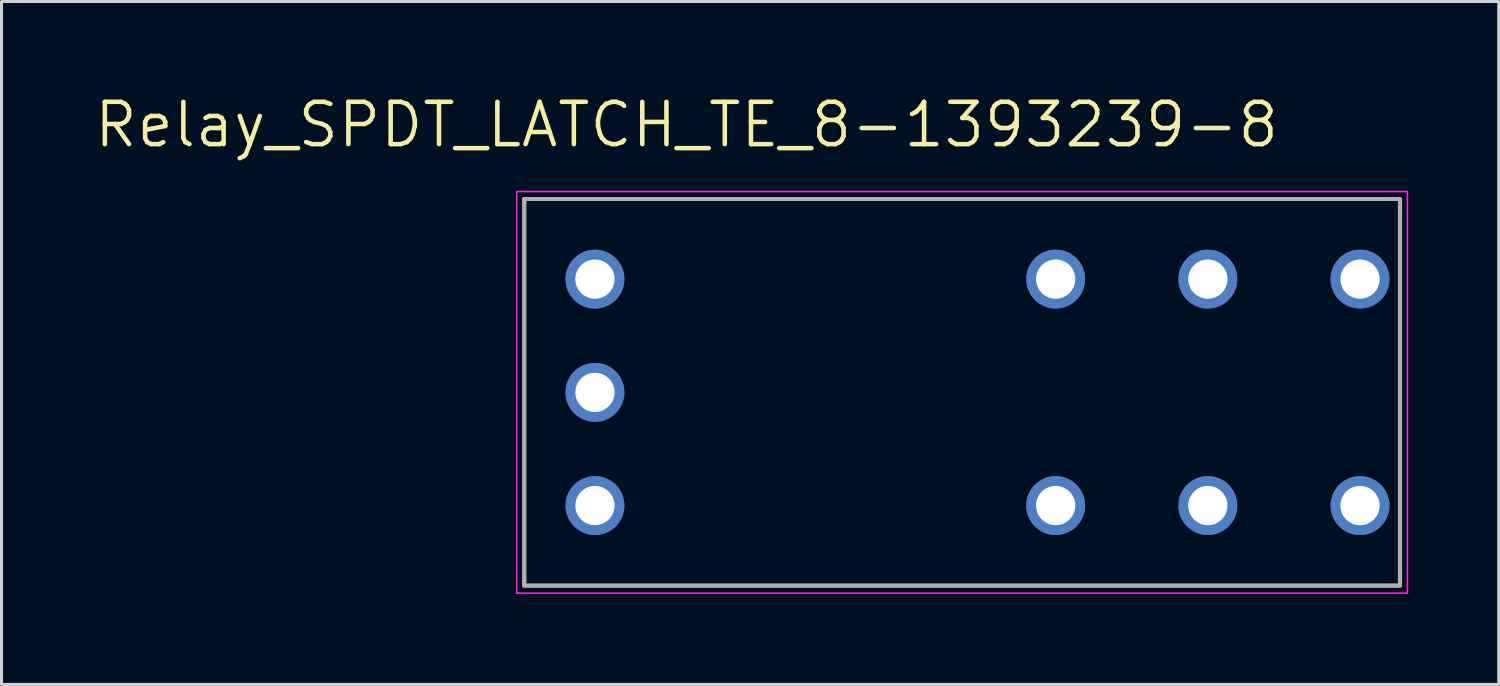
<source format=kicad_pcb>
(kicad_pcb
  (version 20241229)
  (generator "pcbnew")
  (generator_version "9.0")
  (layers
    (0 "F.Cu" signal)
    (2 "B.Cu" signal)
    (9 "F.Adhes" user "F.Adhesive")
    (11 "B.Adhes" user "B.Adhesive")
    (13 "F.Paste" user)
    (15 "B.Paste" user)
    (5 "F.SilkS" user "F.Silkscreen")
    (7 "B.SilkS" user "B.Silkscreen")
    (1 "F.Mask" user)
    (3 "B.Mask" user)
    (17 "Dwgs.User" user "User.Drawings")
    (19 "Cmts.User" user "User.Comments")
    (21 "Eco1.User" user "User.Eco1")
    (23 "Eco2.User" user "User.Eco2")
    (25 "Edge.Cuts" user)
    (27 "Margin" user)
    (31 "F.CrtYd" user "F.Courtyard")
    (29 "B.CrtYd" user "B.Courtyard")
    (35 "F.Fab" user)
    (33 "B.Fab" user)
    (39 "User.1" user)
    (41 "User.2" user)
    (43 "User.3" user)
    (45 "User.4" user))
  (footprint "Relay_SPDT_LATCH_TE_8-1393239-8"
    (layer "F.Cu")
    (at 36.956 9.945)
    (property "Reference" "Relay_SPDT_LATCH_TE_8-1393239-8" (at -17.266 -8.862 0) (layer "F.SilkS") (effects (font (size 1.4 1.4) (thickness 0.15))))
    (attr through_hole)
    (fp_line (start -22.64 -6.4) (end 6.36 -6.4) (stroke (width 0.127) (type solid)) (layer "F.SilkS"))
    (fp_line (start -22.64 6.4) (end -22.64 -6.4) (stroke (width 0.127) (type solid)) (layer "F.SilkS"))
    (fp_line (start 6.36 -6.4) (end 6.36 6.4) (stroke (width 0.127) (type solid)) (layer "F.SilkS"))
    (fp_line (start 6.36 6.4) (end -22.64 6.4) (stroke (width 0.127) (type solid)) (layer "F.SilkS"))
    (fp_line (start -22.89 -6.65) (end -22.89 6.65) (stroke (width 0.05) (type solid)) (layer "F.CrtYd"))
    (fp_line (start -22.89 6.65) (end 6.61 6.65) (stroke (width 0.05) (type solid)) (layer "F.CrtYd"))
    (fp_line (start 6.61 -6.65) (end -22.89 -6.65) (stroke (width 0.05) (type solid)) (layer "F.CrtYd"))
    (fp_line (start 6.61 6.65) (end 6.61 -6.65) (stroke (width 0.05) (type solid)) (layer "F.CrtYd"))
    (fp_line (start -22.64 -6.4) (end -22.64 6.4) (stroke (width 0.127) (type solid)) (layer "F.Fab"))
    (fp_line (start -22.64 6.4) (end 6.36 6.4) (stroke (width 0.127) (type solid)) (layer "F.Fab"))
    (fp_line (start 6.36 -6.4) (end -22.64 -6.4) (stroke (width 0.127) (type solid)) (layer "F.Fab"))
    (fp_line (start 6.36 6.4) (end 6.36 -6.4) (stroke (width 0.127) (type solid)) (layer "F.Fab"))
    (pad "11.1" thru_hole circle (at 0 3.75) (size 1.95 1.95) (drill 1.3) (layers "*.Cu" "*.Mask"))
    (pad "11.2" thru_hole circle (at 0 -3.75) (size 1.95 1.95) (drill 1.3) (layers "*.Cu" "*.Mask"))
    (pad "12.1" thru_hole circle (at -5.04 3.75) (size 1.95 1.95) (drill 1.3) (layers "*.Cu" "*.Mask"))
    (pad "12.2" thru_hole circle (at -5.04 -3.75) (size 1.95 1.95) (drill 1.3) (layers "*.Cu" "*.Mask"))
    (pad "14.1" thru_hole circle (at 5.04 3.75) (size 1.95 1.95) (drill 1.3) (layers "*.Cu" "*.Mask"))
    (pad "14.2" thru_hole circle (at 5.04 -3.75) (size 1.95 1.95) (drill 1.3) (layers "*.Cu" "*.Mask"))
    (pad "A1" thru_hole circle (at -20.3 3.75) (size 1.95 1.95) (drill 1.3) (layers "*.Cu" "*.Mask"))
    (pad "A2" thru_hole circle (at -20.3 -3.75) (size 1.95 1.95) (drill 1.3) (layers "*.Cu" "*.Mask"))
    (pad "A3" thru_hole circle (at -20.3 0) (size 1.95 1.95) (drill 1.3) (layers "*.Cu" "*.Mask")))
  (gr_rect
    (start -3 -3)
    (end 46.591 19.62)
    (stroke (width 0.1) (type default))
    (fill no)
    (layer "Edge.Cuts")))
</source>
